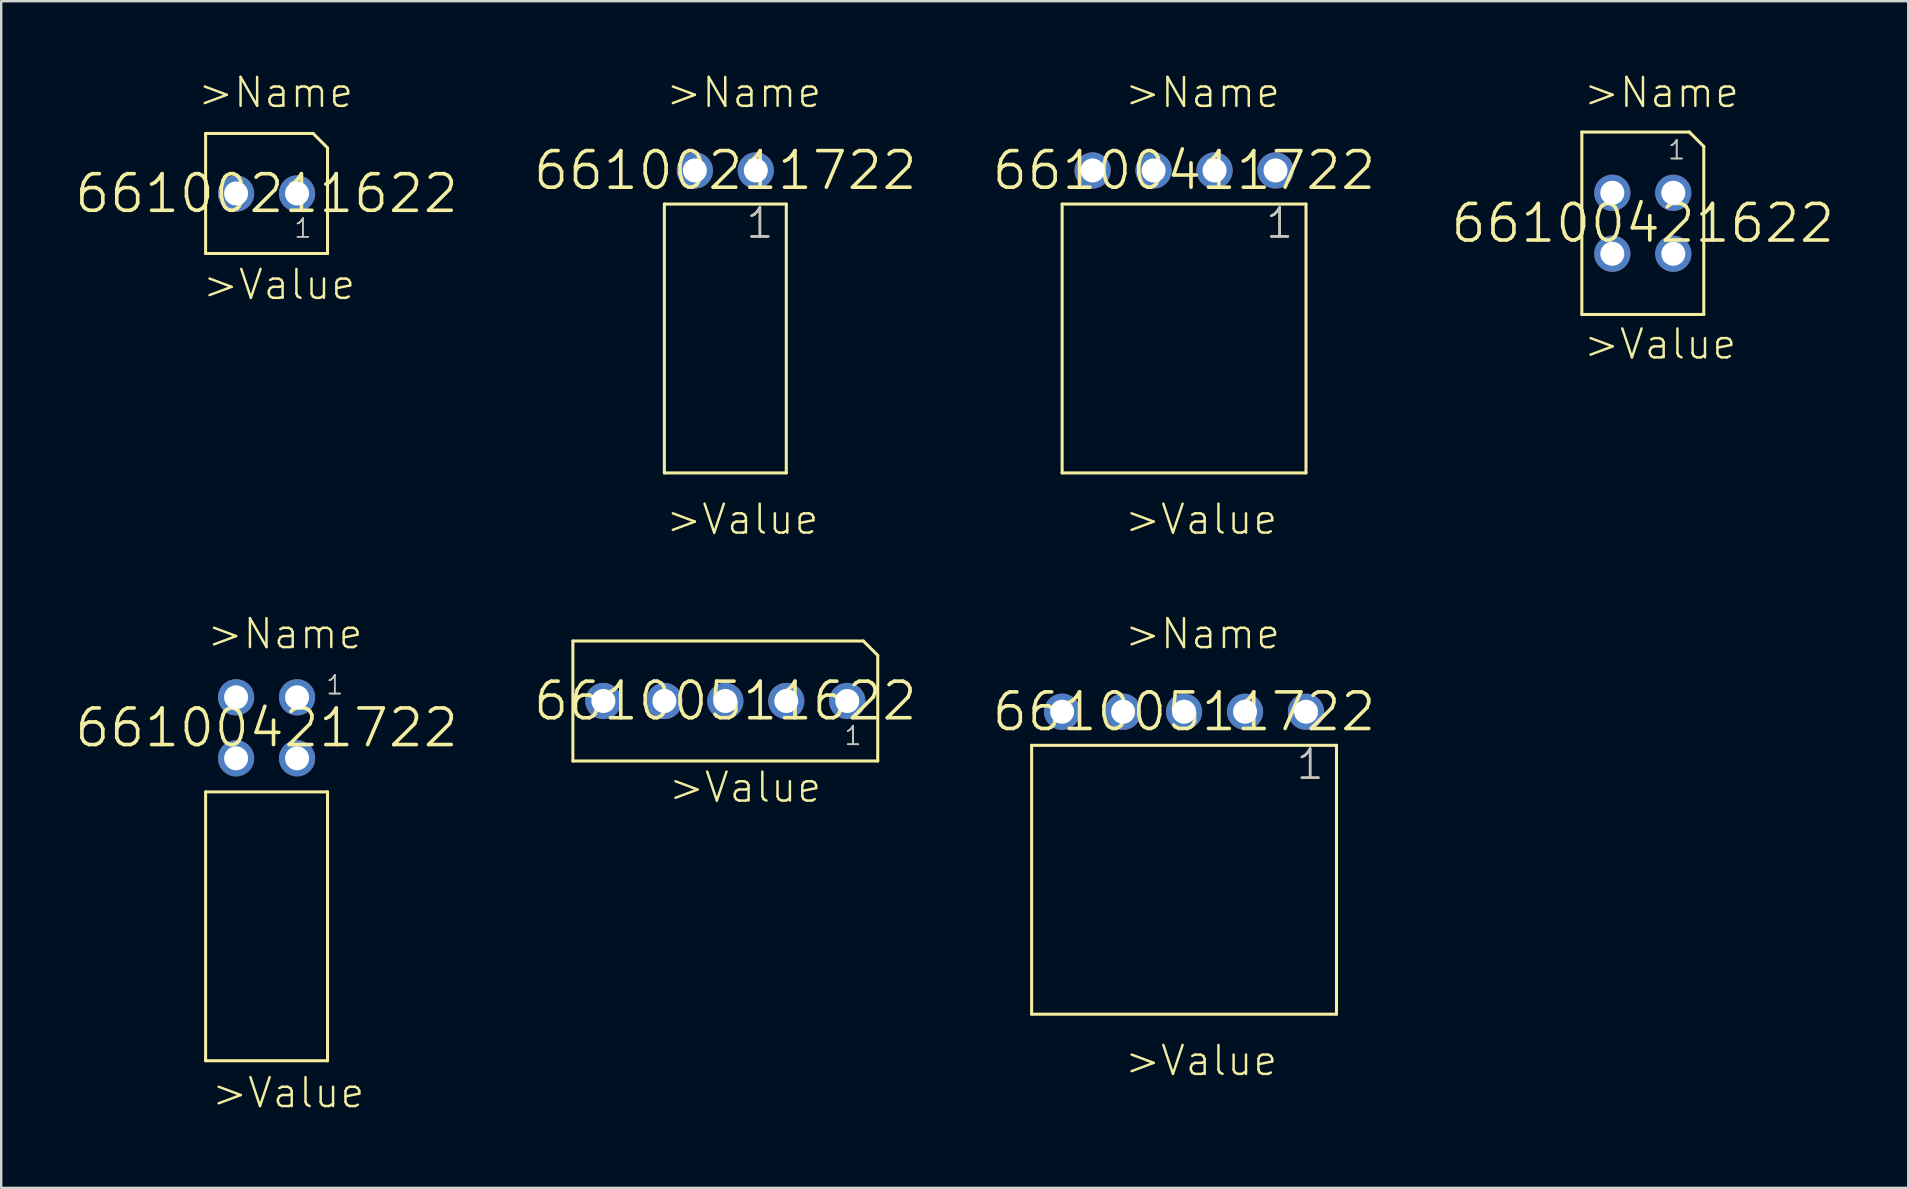
<source format=kicad_pcb>
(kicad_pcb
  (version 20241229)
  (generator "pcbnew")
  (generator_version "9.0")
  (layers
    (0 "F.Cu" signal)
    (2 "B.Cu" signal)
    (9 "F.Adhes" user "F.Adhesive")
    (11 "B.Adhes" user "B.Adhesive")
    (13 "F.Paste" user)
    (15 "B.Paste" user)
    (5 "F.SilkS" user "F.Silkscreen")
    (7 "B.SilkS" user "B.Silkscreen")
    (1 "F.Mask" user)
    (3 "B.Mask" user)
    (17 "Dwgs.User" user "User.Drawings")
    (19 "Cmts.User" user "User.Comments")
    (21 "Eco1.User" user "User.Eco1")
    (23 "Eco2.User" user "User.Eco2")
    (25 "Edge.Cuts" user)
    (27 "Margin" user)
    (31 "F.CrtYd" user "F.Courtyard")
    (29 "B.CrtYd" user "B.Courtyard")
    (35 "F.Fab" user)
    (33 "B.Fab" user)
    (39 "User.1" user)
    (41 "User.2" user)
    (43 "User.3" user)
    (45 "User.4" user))
  (footprint "66100511722"
    (layer "F.Cu")
    (at 46.277 26.6)
    (property "Reference" "66100511722" (at 0 0 0) (layer "F.SilkS") (effects (font (size 1.524 1.524) (thickness 0.15))))
    (attr through_hole)
    (fp_line (start -6.35 1.4) (end -6.35 12.6) (stroke (width 0.127) (type solid)) (layer "F.SilkS"))
    (fp_line (start -6.35 1.4) (end 6.35 1.4) (stroke (width 0.127) (type solid)) (layer "F.SilkS"))
    (fp_line (start -6.35 12.6) (end 6.35 12.6) (stroke (width 0.127) (type solid)) (layer "F.SilkS"))
    (fp_line (start 6.35 1.4) (end 6.35 12.6) (stroke (width 0.127) (type solid)) (layer "F.SilkS"))
    (fp_text user ">Name" (at -2.54 -2.54 0) (layer "F.SilkS") (effects (font (size 1.206 1.206) (thickness 0.102)) (justify left bottom)))
    (fp_text user ">Value" (at -2.54 15.24 0) (layer "F.SilkS") (effects (font (size 1.206 1.206) (thickness 0.102)) (justify left bottom)))
    (fp_text user "1" (at 4.61 2.9 0) (layer "F.SilkS") (effects (font (size 1.206 1.206) (thickness 0.102)) (justify left bottom)))
    (fp_text user "1" (at 4.61 2.9 0) (layer "Dwgs.User") (effects (font (size 1.206 1.206) (thickness 0.102)) (justify left bottom)))
    (pad "1" thru_hole circle (at 5.08 0 180) (size 1.508 1.508) (drill 1) (layers "*.Cu" "*.Mask"))
    (pad "2" thru_hole circle (at 2.54 0 180) (size 1.508 1.508) (drill 1) (layers "*.Cu" "*.Mask"))
    (pad "3" thru_hole circle (at 0 0 180) (size 1.508 1.508) (drill 1) (layers "*.Cu" "*.Mask"))
    (pad "4" thru_hole circle (at -2.54 0 180) (size 1.508 1.508) (drill 1) (layers "*.Cu" "*.Mask"))
    (pad "5" thru_hole circle (at -5.08 0 180) (size 1.508 1.508) (drill 1) (layers "*.Cu" "*.Mask")))
  (footprint "66100421622"
    (layer "F.Cu")
    (at 65.388 6.251)
    (property "Reference" "66100421622" (at 0 0 0) (layer "F.SilkS") (effects (font (size 1.524 1.524) (thickness 0.15))))
    (attr through_hole)
    (fp_line (start -2.54 -3.8) (end -2.54 3.8) (stroke (width 0.127) (type solid)) (layer "F.SilkS"))
    (fp_line (start -2.54 -3.8) (end 1.94 -3.8) (stroke (width 0.127) (type solid)) (layer "F.SilkS"))
    (fp_line (start -2.54 3.8) (end 2.54 3.8) (stroke (width 0.127) (type solid)) (layer "F.SilkS"))
    (fp_line (start 1.94 -3.8) (end 2.54 -3.2) (stroke (width 0.127) (type solid)) (layer "F.SilkS"))
    (fp_line (start 2.54 -3.2) (end 2.54 3.8) (stroke (width 0.127) (type solid)) (layer "F.SilkS"))
    (fp_text user "1" (at 1 -2.6 0) (layer "F.SilkS") (effects (font (size 0.772 0.772) (thickness 0.065)) (justify left bottom)))
    (fp_text user ">Value" (at -2.53 5.74 0) (layer "F.SilkS") (effects (font (size 1.206 1.206) (thickness 0.102)) (justify left bottom)))
    (fp_text user ">Name" (at -2.53 -4.74 0) (layer "F.SilkS") (effects (font (size 1.206 1.206) (thickness 0.102)) (justify left bottom)))
    (fp_text user "1" (at 1 -2.6 0) (layer "Dwgs.User") (effects (font (size 0.772 0.772) (thickness 0.065)) (justify left bottom)))
    (pad "1" thru_hole circle (at 1.27 -1.27 180) (size 1.508 1.508) (drill 1) (layers "*.Cu" "*.Mask"))
    (pad "2" thru_hole circle (at -1.27 -1.27 180) (size 1.508 1.508) (drill 1) (layers "*.Cu" "*.Mask"))
    (pad "3" thru_hole circle (at -1.27 1.27 180) (size 1.508 1.508) (drill 1) (layers "*.Cu" "*.Mask"))
    (pad "4" thru_hole circle (at 1.27 1.27 180) (size 1.508 1.508) (drill 1) (layers "*.Cu" "*.Mask")))
  (footprint "66100211622"
    (layer "F.Cu")
    (at 8.055 5.011)
    (property "Reference" "66100211622" (at 0 0 0) (layer "F.SilkS") (effects (font (size 1.524 1.524) (thickness 0.15))))
    (attr through_hole)
    (fp_line (start -2.54 -2.5) (end -2.54 2.5) (stroke (width 0.127) (type solid)) (layer "F.SilkS"))
    (fp_line (start -2.54 -2.5) (end 1.94 -2.5) (stroke (width 0.127) (type solid)) (layer "F.SilkS"))
    (fp_line (start -2.54 2.5) (end 2.54 2.5) (stroke (width 0.127) (type solid)) (layer "F.SilkS"))
    (fp_line (start 1.94 -2.5) (end 2.54 -1.9) (stroke (width 0.127) (type solid)) (layer "F.SilkS"))
    (fp_line (start 2.54 -1.9) (end 2.54 2.5) (stroke (width 0.127) (type solid)) (layer "F.SilkS"))
    (fp_text user ">Value" (at -2.73 4.5 0) (layer "F.SilkS") (effects (font (size 1.206 1.206) (thickness 0.102)) (justify left bottom)))
    (fp_text user "1" (at 1.1 1.9 0) (layer "F.SilkS") (effects (font (size 0.772 0.772) (thickness 0.065)) (justify left bottom)))
    (fp_text user ">Name" (at -2.93 -3.5 0) (layer "F.SilkS") (effects (font (size 1.206 1.206) (thickness 0.102)) (justify left bottom)))
    (fp_text user "1" (at 1.1 1.9 0) (layer "Dwgs.User") (effects (font (size 0.772 0.772) (thickness 0.065)) (justify left bottom)))
    (pad "1" thru_hole circle (at 1.27 0 180) (size 1.508 1.508) (drill 1) (layers "*.Cu" "*.Mask"))
    (pad "2" thru_hole circle (at -1.27 0 180) (size 1.508 1.508) (drill 1) (layers "*.Cu" "*.Mask")))
  (footprint "66100421722"
    (layer "F.Cu")
    (at 8.055 27.27)
    (property "Reference" "66100421722" (at 0 0 0) (layer "F.SilkS") (effects (font (size 1.524 1.524) (thickness 0.15))))
    (attr through_hole)
    (fp_line (start -2.54 2.67) (end -2.54 13.87) (stroke (width 0.127) (type solid)) (layer "F.SilkS"))
    (fp_line (start -2.54 2.67) (end 2.54 2.67) (stroke (width 0.127) (type solid)) (layer "F.SilkS"))
    (fp_line (start -2.54 13.87) (end 2.54 13.87) (stroke (width 0.127) (type solid)) (layer "F.SilkS"))
    (fp_line (start 2.54 2.67) (end 2.54 13.87) (stroke (width 0.127) (type solid)) (layer "F.SilkS"))
    (fp_text user "1" (at 2.43 -1.33 0) (layer "F.SilkS") (effects (font (size 0.772 0.772) (thickness 0.065)) (justify left bottom)))
    (fp_text user ">Name" (at -2.54 -3.21 0) (layer "F.SilkS") (effects (font (size 1.206 1.206) (thickness 0.102)) (justify left bottom)))
    (fp_text user ">Value" (at -2.35 15.91 0) (layer "F.SilkS") (effects (font (size 1.206 1.206) (thickness 0.102)) (justify left bottom)))
    (fp_text user "1" (at 2.43 -1.33 0) (layer "Dwgs.User") (effects (font (size 0.772 0.772) (thickness 0.065)) (justify left bottom)))
    (pad "1" thru_hole circle (at 1.27 -1.27 180) (size 1.508 1.508) (drill 1) (layers "*.Cu" "*.Mask"))
    (pad "2" thru_hole circle (at -1.27 -1.27 180) (size 1.508 1.508) (drill 1) (layers "*.Cu" "*.Mask"))
    (pad "3" thru_hole circle (at -1.27 1.27 180) (size 1.508 1.508) (drill 1) (layers "*.Cu" "*.Mask"))
    (pad "4" thru_hole circle (at 1.27 1.27 180) (size 1.508 1.508) (drill 1) (layers "*.Cu" "*.Mask")))
  (footprint "66100411722"
    (layer "F.Cu")
    (at 46.277 4.051)
    (property "Reference" "66100411722" (at 0 0 0) (layer "F.SilkS") (effects (font (size 1.524 1.524) (thickness 0.15))))
    (attr through_hole)
    (fp_line (start -5.08 1.4) (end -5.08 12.6) (stroke (width 0.127) (type solid)) (layer "F.SilkS"))
    (fp_line (start -5.08 1.4) (end 5.08 1.4) (stroke (width 0.127) (type solid)) (layer "F.SilkS"))
    (fp_line (start -5.08 12.6) (end 5.08 12.6) (stroke (width 0.127) (type solid)) (layer "F.SilkS"))
    (fp_line (start 5.08 1.4) (end 5.08 12.6) (stroke (width 0.127) (type solid)) (layer "F.SilkS"))
    (fp_text user ">Name" (at -2.54 -2.54 0) (layer "F.SilkS") (effects (font (size 1.206 1.206) (thickness 0.102)) (justify left bottom)))
    (fp_text user "1" (at 3.34 2.9 0) (layer "F.SilkS") (effects (font (size 1.206 1.206) (thickness 0.102)) (justify left bottom)))
    (fp_text user ">Value" (at -2.54 15.24 0) (layer "F.SilkS") (effects (font (size 1.206 1.206) (thickness 0.102)) (justify left bottom)))
    (fp_text user "1" (at 3.34 2.9 0) (layer "Dwgs.User") (effects (font (size 1.206 1.206) (thickness 0.102)) (justify left bottom)))
    (pad "1" thru_hole circle (at 3.81 0 180) (size 1.508 1.508) (drill 1) (layers "*.Cu" "*.Mask"))
    (pad "2" thru_hole circle (at 1.27 0 180) (size 1.508 1.508) (drill 1) (layers "*.Cu" "*.Mask"))
    (pad "3" thru_hole circle (at -1.27 0 180) (size 1.508 1.508) (drill 1) (layers "*.Cu" "*.Mask"))
    (pad "4" thru_hole circle (at -3.81 0 180) (size 1.508 1.508) (drill 1) (layers "*.Cu" "*.Mask")))
  (footprint "66100511622"
    (layer "F.Cu")
    (at 27.166 26.153)
    (property "Reference" "66100511622" (at 0 0 0) (layer "F.SilkS") (effects (font (size 1.524 1.524) (thickness 0.15))))
    (attr through_hole)
    (fp_line (start -6.35 -2.5) (end -6.35 2.5) (stroke (width 0.127) (type solid)) (layer "F.SilkS"))
    (fp_line (start -6.35 -2.5) (end 5.75 -2.5) (stroke (width 0.127) (type solid)) (layer "F.SilkS"))
    (fp_line (start -6.35 2.5) (end 6.35 2.5) (stroke (width 0.127) (type solid)) (layer "F.SilkS"))
    (fp_line (start 5.75 -2.5) (end 6.35 -1.9) (stroke (width 0.127) (type solid)) (layer "F.SilkS"))
    (fp_line (start 6.35 -1.9) (end 6.35 2.5) (stroke (width 0.127) (type solid)) (layer "F.SilkS"))
    (fp_text user ">Value" (at -2.43 4.3 0) (layer "F.SilkS") (effects (font (size 1.206 1.206) (thickness 0.102)) (justify left bottom)))
    (fp_text user "1" (at 4.91 1.9 0) (layer "F.SilkS") (effects (font (size 0.772 0.772) (thickness 0.065)) (justify left bottom)))
    (fp_text user "" (at -2.53 -3.3 0) (layer "F.SilkS") (effects (font (size 1.206 1.206) (thickness 0.102)) (justify left bottom)))
    (fp_text user "1" (at 4.91 1.9 0) (layer "Dwgs.User") (effects (font (size 0.772 0.772) (thickness 0.065)) (justify left bottom)))
    (pad "1" thru_hole circle (at 5.08 0 180) (size 1.508 1.508) (drill 1) (layers "*.Cu" "*.Mask"))
    (pad "2" thru_hole circle (at 2.54 0 180) (size 1.508 1.508) (drill 1) (layers "*.Cu" "*.Mask"))
    (pad "3" thru_hole circle (at 0 0 180) (size 1.508 1.508) (drill 1) (layers "*.Cu" "*.Mask"))
    (pad "4" thru_hole circle (at -2.54 0 180) (size 1.508 1.508) (drill 1) (layers "*.Cu" "*.Mask"))
    (pad "5" thru_hole circle (at -5.08 0 180) (size 1.508 1.508) (drill 1) (layers "*.Cu" "*.Mask")))
  (footprint "66100211722"
    (layer "F.Cu")
    (at 27.166 4.051)
    (property "Reference" "66100211722" (at 0 0 0) (layer "F.SilkS") (effects (font (size 1.524 1.524) (thickness 0.15))))
    (attr through_hole)
    (fp_line (start -2.54 1.4) (end -2.54 12.6) (stroke (width 0.127) (type solid)) (layer "F.SilkS"))
    (fp_line (start -2.54 1.4) (end 2.54 1.4) (stroke (width 0.127) (type solid)) (layer "F.SilkS"))
    (fp_line (start -2.54 12.6) (end 2.54 12.6) (stroke (width 0.127) (type solid)) (layer "F.SilkS"))
    (fp_line (start 2.54 1.4) (end 2.54 12.6) (stroke (width 0.127) (type solid)) (layer "F.SilkS"))
    (fp_text user ">Name" (at -2.54 -2.54 0) (layer "F.SilkS") (effects (font (size 1.206 1.206) (thickness 0.102)) (justify left bottom)))
    (fp_text user "1" (at 0.8 2.9 0) (layer "F.SilkS") (effects (font (size 1.206 1.206) (thickness 0.102)) (justify left bottom)))
    (fp_text user ">Value" (at -2.54 15.24 0) (layer "F.SilkS") (effects (font (size 1.206 1.206) (thickness 0.102)) (justify left bottom)))
    (fp_text user "1" (at 0.8 2.9 0) (layer "Dwgs.User") (effects (font (size 1.206 1.206) (thickness 0.102)) (justify left bottom)))
    (pad "1" thru_hole circle (at 1.27 0 180) (size 1.508 1.508) (drill 1) (layers "*.Cu" "*.Mask"))
    (pad "2" thru_hole circle (at -1.27 0 180) (size 1.508 1.508) (drill 1) (layers "*.Cu" "*.Mask")))
  (gr_rect
    (start -3 -3)
    (end 76.444 46.436)
    (stroke (width 0.1) (type default))
    (fill no)
    (layer "Edge.Cuts")))
</source>
